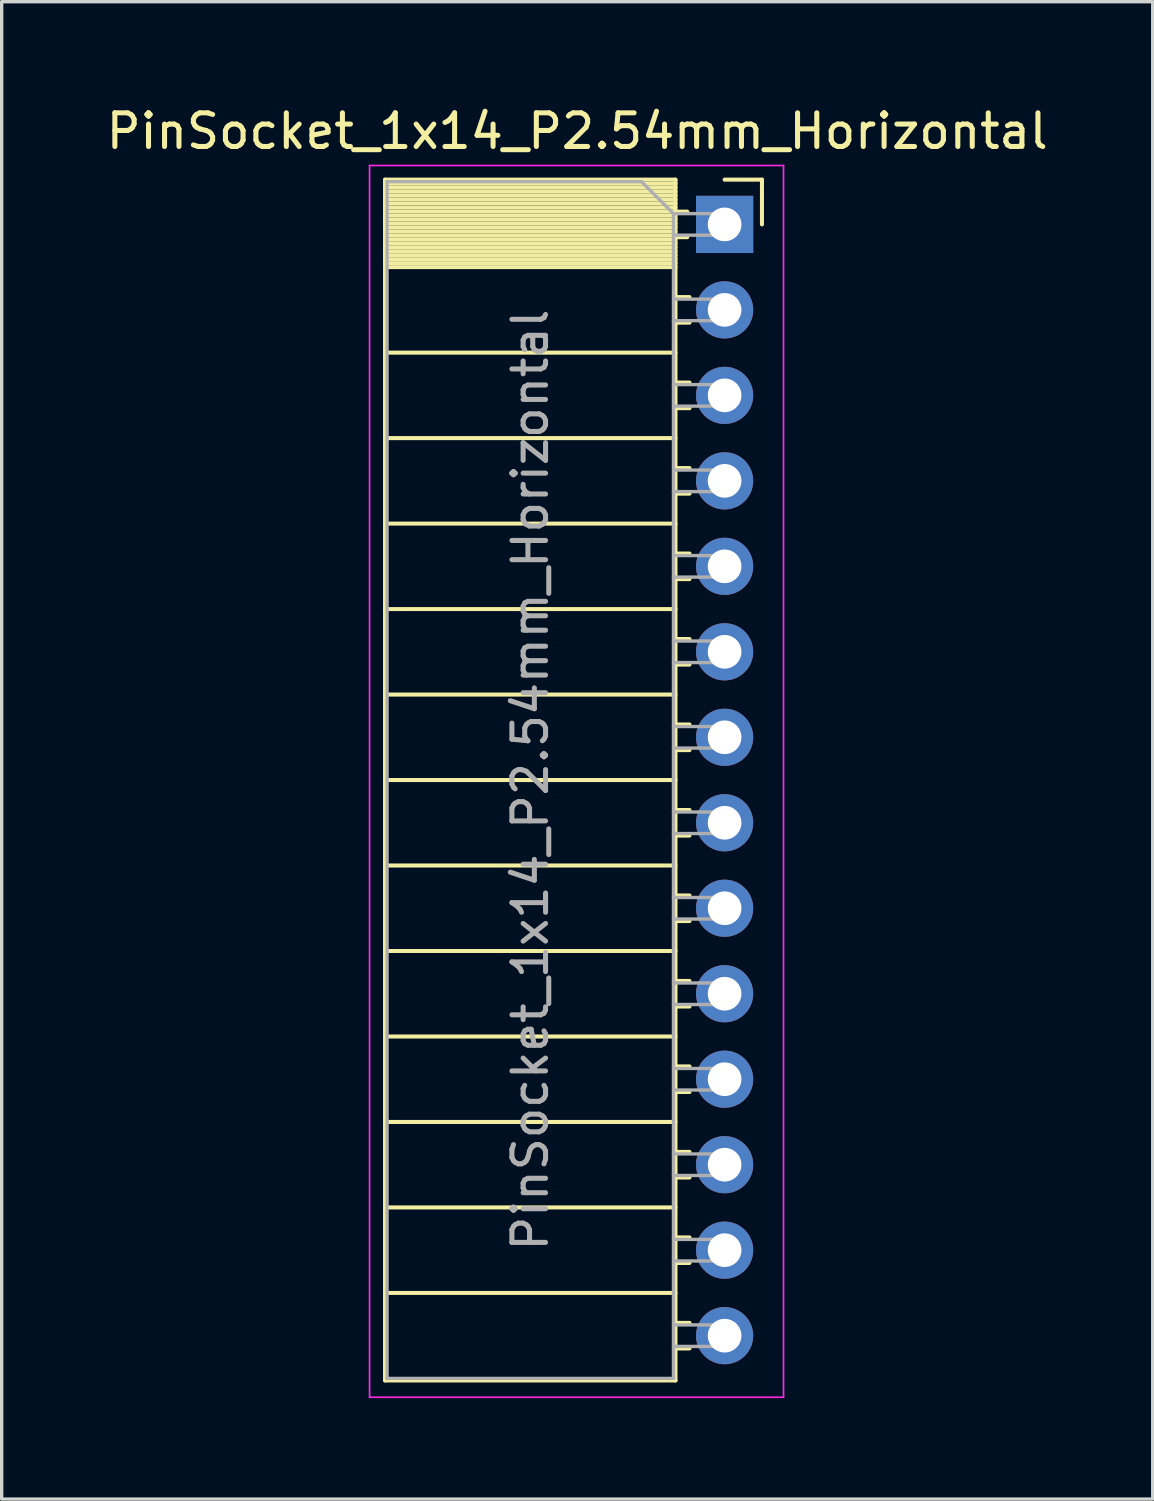
<source format=kicad_pcb>
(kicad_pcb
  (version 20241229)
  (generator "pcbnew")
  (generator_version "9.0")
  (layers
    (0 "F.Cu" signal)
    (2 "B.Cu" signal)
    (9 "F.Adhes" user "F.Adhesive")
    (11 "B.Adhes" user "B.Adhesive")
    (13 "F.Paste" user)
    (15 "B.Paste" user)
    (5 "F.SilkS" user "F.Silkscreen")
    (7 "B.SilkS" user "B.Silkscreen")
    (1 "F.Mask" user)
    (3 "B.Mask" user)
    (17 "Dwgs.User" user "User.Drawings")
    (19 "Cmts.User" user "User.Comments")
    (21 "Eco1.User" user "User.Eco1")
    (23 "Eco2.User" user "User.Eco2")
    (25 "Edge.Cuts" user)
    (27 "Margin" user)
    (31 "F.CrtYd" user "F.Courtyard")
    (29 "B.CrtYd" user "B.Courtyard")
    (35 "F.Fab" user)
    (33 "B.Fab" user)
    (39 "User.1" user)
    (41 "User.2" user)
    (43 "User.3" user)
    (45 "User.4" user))
  (footprint "PinSocket_1x14_P2.54mm_Horizontal"
    (layer "F.Cu")
    (at 18.481 3.618)
    (property "Reference" "PinSocket_1x14_P2.54mm_Horizontal" (at -4.38 -2.77 0) (layer "F.SilkS") (effects (font (size 1 1) (thickness 0.15))))
    (attr through_hole)
    (fp_line (start -10.09 -1.33) (end -10.09 34.35) (stroke (width 0.12) (type solid)) (layer "F.SilkS"))
    (fp_line (start -10.09 -1.33) (end -1.46 -1.33) (stroke (width 0.12) (type solid)) (layer "F.SilkS"))
    (fp_line (start -10.09 -1.21) (end -1.46 -1.21) (stroke (width 0.12) (type solid)) (layer "F.SilkS"))
    (fp_line (start -10.09 -1.092) (end -1.46 -1.092) (stroke (width 0.12) (type solid)) (layer "F.SilkS"))
    (fp_line (start -10.09 -0.974) (end -1.46 -0.974) (stroke (width 0.12) (type solid)) (layer "F.SilkS"))
    (fp_line (start -10.09 -0.856) (end -1.46 -0.856) (stroke (width 0.12) (type solid)) (layer "F.SilkS"))
    (fp_line (start -10.09 -0.738) (end -1.46 -0.738) (stroke (width 0.12) (type solid)) (layer "F.SilkS"))
    (fp_line (start -10.09 -0.62) (end -1.46 -0.62) (stroke (width 0.12) (type solid)) (layer "F.SilkS"))
    (fp_line (start -10.09 -0.501) (end -1.46 -0.501) (stroke (width 0.12) (type solid)) (layer "F.SilkS"))
    (fp_line (start -10.09 -0.383) (end -1.46 -0.383) (stroke (width 0.12) (type solid)) (layer "F.SilkS"))
    (fp_line (start -10.09 -0.265) (end -1.46 -0.265) (stroke (width 0.12) (type solid)) (layer "F.SilkS"))
    (fp_line (start -10.09 -0.147) (end -1.46 -0.147) (stroke (width 0.12) (type solid)) (layer "F.SilkS"))
    (fp_line (start -10.09 -0.029) (end -1.46 -0.029) (stroke (width 0.12) (type solid)) (layer "F.SilkS"))
    (fp_line (start -10.09 0.089) (end -1.46 0.089) (stroke (width 0.12) (type solid)) (layer "F.SilkS"))
    (fp_line (start -10.09 0.207) (end -1.46 0.207) (stroke (width 0.12) (type solid)) (layer "F.SilkS"))
    (fp_line (start -10.09 0.325) (end -1.46 0.325) (stroke (width 0.12) (type solid)) (layer "F.SilkS"))
    (fp_line (start -10.09 0.443) (end -1.46 0.443) (stroke (width 0.12) (type solid)) (layer "F.SilkS"))
    (fp_line (start -10.09 0.561) (end -1.46 0.561) (stroke (width 0.12) (type solid)) (layer "F.SilkS"))
    (fp_line (start -10.09 0.68) (end -1.46 0.68) (stroke (width 0.12) (type solid)) (layer "F.SilkS"))
    (fp_line (start -10.09 0.798) (end -1.46 0.798) (stroke (width 0.12) (type solid)) (layer "F.SilkS"))
    (fp_line (start -10.09 0.916) (end -1.46 0.916) (stroke (width 0.12) (type solid)) (layer "F.SilkS"))
    (fp_line (start -10.09 1.034) (end -1.46 1.034) (stroke (width 0.12) (type solid)) (layer "F.SilkS"))
    (fp_line (start -10.09 1.152) (end -1.46 1.152) (stroke (width 0.12) (type solid)) (layer "F.SilkS"))
    (fp_line (start -10.09 1.27) (end -1.46 1.27) (stroke (width 0.12) (type solid)) (layer "F.SilkS"))
    (fp_line (start -10.09 3.81) (end -1.46 3.81) (stroke (width 0.12) (type solid)) (layer "F.SilkS"))
    (fp_line (start -10.09 6.35) (end -1.46 6.35) (stroke (width 0.12) (type solid)) (layer "F.SilkS"))
    (fp_line (start -10.09 8.89) (end -1.46 8.89) (stroke (width 0.12) (type solid)) (layer "F.SilkS"))
    (fp_line (start -10.09 11.43) (end -1.46 11.43) (stroke (width 0.12) (type solid)) (layer "F.SilkS"))
    (fp_line (start -10.09 13.97) (end -1.46 13.97) (stroke (width 0.12) (type solid)) (layer "F.SilkS"))
    (fp_line (start -10.09 16.51) (end -1.46 16.51) (stroke (width 0.12) (type solid)) (layer "F.SilkS"))
    (fp_line (start -10.09 19.05) (end -1.46 19.05) (stroke (width 0.12) (type solid)) (layer "F.SilkS"))
    (fp_line (start -10.09 21.59) (end -1.46 21.59) (stroke (width 0.12) (type solid)) (layer "F.SilkS"))
    (fp_line (start -10.09 24.13) (end -1.46 24.13) (stroke (width 0.12) (type solid)) (layer "F.SilkS"))
    (fp_line (start -10.09 26.67) (end -1.46 26.67) (stroke (width 0.12) (type solid)) (layer "F.SilkS"))
    (fp_line (start -10.09 29.21) (end -1.46 29.21) (stroke (width 0.12) (type solid)) (layer "F.SilkS"))
    (fp_line (start -10.09 31.75) (end -1.46 31.75) (stroke (width 0.12) (type solid)) (layer "F.SilkS"))
    (fp_line (start -10.09 34.35) (end -1.46 34.35) (stroke (width 0.12) (type solid)) (layer "F.SilkS"))
    (fp_line (start -1.46 -1.33) (end -1.46 34.35) (stroke (width 0.12) (type solid)) (layer "F.SilkS"))
    (fp_line (start -1.46 -0.38) (end -1.11 -0.38) (stroke (width 0.12) (type solid)) (layer "F.SilkS"))
    (fp_line (start -1.46 0.38) (end -1.11 0.38) (stroke (width 0.12) (type solid)) (layer "F.SilkS"))
    (fp_line (start -1.46 2.16) (end -1.043 2.16) (stroke (width 0.12) (type solid)) (layer "F.SilkS"))
    (fp_line (start -1.46 2.92) (end -1.043 2.92) (stroke (width 0.12) (type solid)) (layer "F.SilkS"))
    (fp_line (start -1.46 4.7) (end -1.043 4.7) (stroke (width 0.12) (type solid)) (layer "F.SilkS"))
    (fp_line (start -1.46 5.46) (end -1.043 5.46) (stroke (width 0.12) (type solid)) (layer "F.SilkS"))
    (fp_line (start -1.46 7.24) (end -1.043 7.24) (stroke (width 0.12) (type solid)) (layer "F.SilkS"))
    (fp_line (start -1.46 8) (end -1.043 8) (stroke (width 0.12) (type solid)) (layer "F.SilkS"))
    (fp_line (start -1.46 9.78) (end -1.043 9.78) (stroke (width 0.12) (type solid)) (layer "F.SilkS"))
    (fp_line (start -1.46 10.54) (end -1.043 10.54) (stroke (width 0.12) (type solid)) (layer "F.SilkS"))
    (fp_line (start -1.46 12.32) (end -1.043 12.32) (stroke (width 0.12) (type solid)) (layer "F.SilkS"))
    (fp_line (start -1.46 13.08) (end -1.043 13.08) (stroke (width 0.12) (type solid)) (layer "F.SilkS"))
    (fp_line (start -1.46 14.86) (end -1.043 14.86) (stroke (width 0.12) (type solid)) (layer "F.SilkS"))
    (fp_line (start -1.46 15.62) (end -1.043 15.62) (stroke (width 0.12) (type solid)) (layer "F.SilkS"))
    (fp_line (start -1.46 17.4) (end -1.043 17.4) (stroke (width 0.12) (type solid)) (layer "F.SilkS"))
    (fp_line (start -1.46 18.16) (end -1.043 18.16) (stroke (width 0.12) (type solid)) (layer "F.SilkS"))
    (fp_line (start -1.46 19.94) (end -1.043 19.94) (stroke (width 0.12) (type solid)) (layer "F.SilkS"))
    (fp_line (start -1.46 20.7) (end -1.043 20.7) (stroke (width 0.12) (type solid)) (layer "F.SilkS"))
    (fp_line (start -1.46 22.48) (end -1.043 22.48) (stroke (width 0.12) (type solid)) (layer "F.SilkS"))
    (fp_line (start -1.46 23.24) (end -1.043 23.24) (stroke (width 0.12) (type solid)) (layer "F.SilkS"))
    (fp_line (start -1.46 25.02) (end -1.043 25.02) (stroke (width 0.12) (type solid)) (layer "F.SilkS"))
    (fp_line (start -1.46 25.78) (end -1.043 25.78) (stroke (width 0.12) (type solid)) (layer "F.SilkS"))
    (fp_line (start -1.46 27.56) (end -1.043 27.56) (stroke (width 0.12) (type solid)) (layer "F.SilkS"))
    (fp_line (start -1.46 28.32) (end -1.043 28.32) (stroke (width 0.12) (type solid)) (layer "F.SilkS"))
    (fp_line (start -1.46 30.1) (end -1.043 30.1) (stroke (width 0.12) (type solid)) (layer "F.SilkS"))
    (fp_line (start -1.46 30.86) (end -1.043 30.86) (stroke (width 0.12) (type solid)) (layer "F.SilkS"))
    (fp_line (start -1.46 32.64) (end -1.043 32.64) (stroke (width 0.12) (type solid)) (layer "F.SilkS"))
    (fp_line (start -1.46 33.4) (end -1.043 33.4) (stroke (width 0.12) (type solid)) (layer "F.SilkS"))
    (fp_line (start 0 -1.33) (end 1.11 -1.33) (stroke (width 0.12) (type solid)) (layer "F.SilkS"))
    (fp_line (start 1.11 -1.33) (end 1.11 0) (stroke (width 0.12) (type solid)) (layer "F.SilkS"))
    (fp_line (start -10.55 -1.75) (end -10.55 34.85) (stroke (width 0.05) (type solid)) (layer "F.CrtYd"))
    (fp_line (start -10.55 34.85) (end 1.75 34.85) (stroke (width 0.05) (type solid)) (layer "F.CrtYd"))
    (fp_line (start 1.75 -1.75) (end -10.55 -1.75) (stroke (width 0.05) (type solid)) (layer "F.CrtYd"))
    (fp_line (start 1.75 34.85) (end 1.75 -1.75) (stroke (width 0.05) (type solid)) (layer "F.CrtYd"))
    (fp_line (start -10.03 -1.27) (end -2.47 -1.27) (stroke (width 0.1) (type solid)) (layer "F.Fab"))
    (fp_line (start -10.03 34.29) (end -10.03 -1.27) (stroke (width 0.1) (type solid)) (layer "F.Fab"))
    (fp_line (start -2.47 -1.27) (end -1.52 -0.32) (stroke (width 0.1) (type solid)) (layer "F.Fab"))
    (fp_line (start -1.52 -0.32) (end -1.52 34.29) (stroke (width 0.1) (type solid)) (layer "F.Fab"))
    (fp_line (start -1.52 0.32) (end 0 0.32) (stroke (width 0.1) (type solid)) (layer "F.Fab"))
    (fp_line (start -1.52 2.86) (end 0 2.86) (stroke (width 0.1) (type solid)) (layer "F.Fab"))
    (fp_line (start -1.52 5.4) (end 0 5.4) (stroke (width 0.1) (type solid)) (layer "F.Fab"))
    (fp_line (start -1.52 7.94) (end 0 7.94) (stroke (width 0.1) (type solid)) (layer "F.Fab"))
    (fp_line (start -1.52 10.48) (end 0 10.48) (stroke (width 0.1) (type solid)) (layer "F.Fab"))
    (fp_line (start -1.52 13.02) (end 0 13.02) (stroke (width 0.1) (type solid)) (layer "F.Fab"))
    (fp_line (start -1.52 15.56) (end 0 15.56) (stroke (width 0.1) (type solid)) (layer "F.Fab"))
    (fp_line (start -1.52 18.1) (end 0 18.1) (stroke (width 0.1) (type solid)) (layer "F.Fab"))
    (fp_line (start -1.52 20.64) (end 0 20.64) (stroke (width 0.1) (type solid)) (layer "F.Fab"))
    (fp_line (start -1.52 23.18) (end 0 23.18) (stroke (width 0.1) (type solid)) (layer "F.Fab"))
    (fp_line (start -1.52 25.72) (end 0 25.72) (stroke (width 0.1) (type solid)) (layer "F.Fab"))
    (fp_line (start -1.52 28.26) (end 0 28.26) (stroke (width 0.1) (type solid)) (layer "F.Fab"))
    (fp_line (start -1.52 30.8) (end 0 30.8) (stroke (width 0.1) (type solid)) (layer "F.Fab"))
    (fp_line (start -1.52 33.34) (end 0 33.34) (stroke (width 0.1) (type solid)) (layer "F.Fab"))
    (fp_line (start -1.52 34.29) (end -10.03 34.29) (stroke (width 0.1) (type solid)) (layer "F.Fab"))
    (fp_line (start 0 -0.32) (end -1.52 -0.32) (stroke (width 0.1) (type solid)) (layer "F.Fab"))
    (fp_line (start 0 0.32) (end 0 -0.32) (stroke (width 0.1) (type solid)) (layer "F.Fab"))
    (fp_line (start 0 2.22) (end -1.52 2.22) (stroke (width 0.1) (type solid)) (layer "F.Fab"))
    (fp_line (start 0 2.86) (end 0 2.22) (stroke (width 0.1) (type solid)) (layer "F.Fab"))
    (fp_line (start 0 4.76) (end -1.52 4.76) (stroke (width 0.1) (type solid)) (layer "F.Fab"))
    (fp_line (start 0 5.4) (end 0 4.76) (stroke (width 0.1) (type solid)) (layer "F.Fab"))
    (fp_line (start 0 7.3) (end -1.52 7.3) (stroke (width 0.1) (type solid)) (layer "F.Fab"))
    (fp_line (start 0 7.94) (end 0 7.3) (stroke (width 0.1) (type solid)) (layer "F.Fab"))
    (fp_line (start 0 9.84) (end -1.52 9.84) (stroke (width 0.1) (type solid)) (layer "F.Fab"))
    (fp_line (start 0 10.48) (end 0 9.84) (stroke (width 0.1) (type solid)) (layer "F.Fab"))
    (fp_line (start 0 12.38) (end -1.52 12.38) (stroke (width 0.1) (type solid)) (layer "F.Fab"))
    (fp_line (start 0 13.02) (end 0 12.38) (stroke (width 0.1) (type solid)) (layer "F.Fab"))
    (fp_line (start 0 14.92) (end -1.52 14.92) (stroke (width 0.1) (type solid)) (layer "F.Fab"))
    (fp_line (start 0 15.56) (end 0 14.92) (stroke (width 0.1) (type solid)) (layer "F.Fab"))
    (fp_line (start 0 17.46) (end -1.52 17.46) (stroke (width 0.1) (type solid)) (layer "F.Fab"))
    (fp_line (start 0 18.1) (end 0 17.46) (stroke (width 0.1) (type solid)) (layer "F.Fab"))
    (fp_line (start 0 20) (end -1.52 20) (stroke (width 0.1) (type solid)) (layer "F.Fab"))
    (fp_line (start 0 20.64) (end 0 20) (stroke (width 0.1) (type solid)) (layer "F.Fab"))
    (fp_line (start 0 22.54) (end -1.52 22.54) (stroke (width 0.1) (type solid)) (layer "F.Fab"))
    (fp_line (start 0 23.18) (end 0 22.54) (stroke (width 0.1) (type solid)) (layer "F.Fab"))
    (fp_line (start 0 25.08) (end -1.52 25.08) (stroke (width 0.1) (type solid)) (layer "F.Fab"))
    (fp_line (start 0 25.72) (end 0 25.08) (stroke (width 0.1) (type solid)) (layer "F.Fab"))
    (fp_line (start 0 27.62) (end -1.52 27.62) (stroke (width 0.1) (type solid)) (layer "F.Fab"))
    (fp_line (start 0 28.26) (end 0 27.62) (stroke (width 0.1) (type solid)) (layer "F.Fab"))
    (fp_line (start 0 30.16) (end -1.52 30.16) (stroke (width 0.1) (type solid)) (layer "F.Fab"))
    (fp_line (start 0 30.8) (end 0 30.16) (stroke (width 0.1) (type solid)) (layer "F.Fab"))
    (fp_line (start 0 32.7) (end -1.52 32.7) (stroke (width 0.1) (type solid)) (layer "F.Fab"))
    (fp_line (start 0 33.34) (end 0 32.7) (stroke (width 0.1) (type solid)) (layer "F.Fab"))
    (fp_text user "${REFERENCE}" (at -5.775 16.51 90) (layer "F.Fab") (effects (font (size 1 1) (thickness 0.15))))
    (pad "1" thru_hole rect (at 0 0) (size 1.7 1.7) (drill 1) (layers "*.Cu" "*.Mask"))
    (pad "2" thru_hole oval (at 0 2.54) (size 1.7 1.7) (drill 1) (layers "*.Cu" "*.Mask"))
    (pad "3" thru_hole oval (at 0 5.08) (size 1.7 1.7) (drill 1) (layers "*.Cu" "*.Mask"))
    (pad "4" thru_hole oval (at 0 7.62) (size 1.7 1.7) (drill 1) (layers "*.Cu" "*.Mask"))
    (pad "5" thru_hole oval (at 0 10.16) (size 1.7 1.7) (drill 1) (layers "*.Cu" "*.Mask"))
    (pad "6" thru_hole oval (at 0 12.7) (size 1.7 1.7) (drill 1) (layers "*.Cu" "*.Mask"))
    (pad "7" thru_hole oval (at 0 15.24) (size 1.7 1.7) (drill 1) (layers "*.Cu" "*.Mask"))
    (pad "8" thru_hole oval (at 0 17.78) (size 1.7 1.7) (drill 1) (layers "*.Cu" "*.Mask"))
    (pad "9" thru_hole oval (at 0 20.32) (size 1.7 1.7) (drill 1) (layers "*.Cu" "*.Mask"))
    (pad "10" thru_hole oval (at 0 22.86) (size 1.7 1.7) (drill 1) (layers "*.Cu" "*.Mask"))
    (pad "11" thru_hole oval (at 0 25.4) (size 1.7 1.7) (drill 1) (layers "*.Cu" "*.Mask"))
    (pad "12" thru_hole oval (at 0 27.94) (size 1.7 1.7) (drill 1) (layers "*.Cu" "*.Mask"))
    (pad "13" thru_hole oval (at 0 30.48) (size 1.7 1.7) (drill 1) (layers "*.Cu" "*.Mask"))
    (pad "14" thru_hole oval (at 0 33.02) (size 1.7 1.7) (drill 1) (layers "*.Cu" "*.Mask")))
  (gr_rect
    (start -3 -3)
    (end 31.202 41.493)
    (stroke (width 0.1) (type default))
    (fill no)
    (layer "Edge.Cuts")))
</source>
